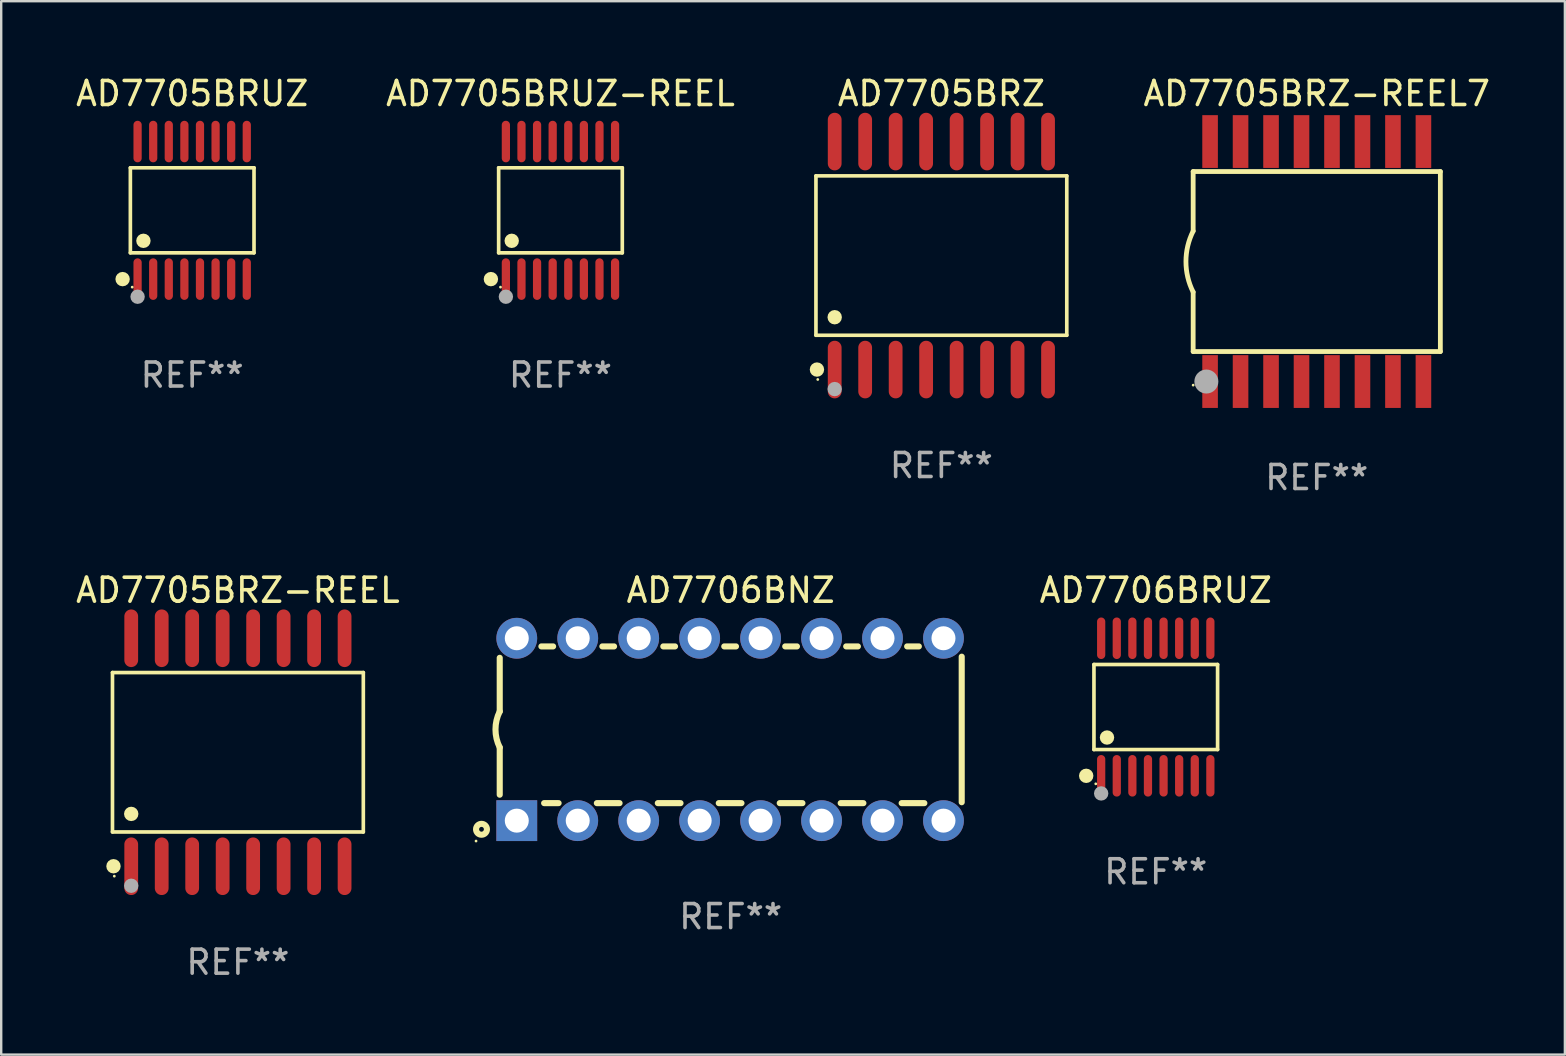
<source format=kicad_pcb>
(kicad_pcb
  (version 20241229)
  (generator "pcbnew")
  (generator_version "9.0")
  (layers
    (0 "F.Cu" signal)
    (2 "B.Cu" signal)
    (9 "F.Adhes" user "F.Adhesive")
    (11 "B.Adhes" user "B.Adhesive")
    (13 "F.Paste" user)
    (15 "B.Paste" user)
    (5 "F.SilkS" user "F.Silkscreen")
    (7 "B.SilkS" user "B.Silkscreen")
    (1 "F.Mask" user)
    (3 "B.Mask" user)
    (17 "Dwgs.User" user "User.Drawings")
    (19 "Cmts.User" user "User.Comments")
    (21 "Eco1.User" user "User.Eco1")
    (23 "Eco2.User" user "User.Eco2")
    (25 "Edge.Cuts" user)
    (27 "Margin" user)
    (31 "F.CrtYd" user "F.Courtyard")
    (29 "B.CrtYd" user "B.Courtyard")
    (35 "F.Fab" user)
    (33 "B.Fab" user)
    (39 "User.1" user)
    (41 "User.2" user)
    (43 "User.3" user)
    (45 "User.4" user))
  (footprint "AD7705BRZ-REEL"
    (layer "F.Cu")
    (at 6.863 28.295)
    (property "Reference" "AD7705BRZ-REEL" (at 0 -6.75 0) (layer "F.SilkS") (effects (font (size 1 1) (thickness 0.15))))
    (attr through_hole)
    (fp_line (start -5.226 -3.321) (end 5.226 -3.321) (stroke (width 0.152) (type solid)) (layer "F.SilkS"))
    (fp_line (start -5.226 3.321) (end -5.226 -3.321) (stroke (width 0.152) (type solid)) (layer "F.SilkS"))
    (fp_line (start 5.226 -3.321) (end 5.226 3.321) (stroke (width 0.152) (type solid)) (layer "F.SilkS"))
    (fp_line (start 5.226 3.321) (end -5.226 3.321) (stroke (width 0.152) (type solid)) (layer "F.SilkS"))
    (fp_circle (center -5.184 4.75) (end -5.034 4.75) (stroke (width 0.3) (type solid)) (fill no) (layer "F.SilkS"))
    (fp_circle (center -5.15 5.163) (end -5.12 5.163) (stroke (width 0.06) (type solid)) (fill no) (layer "F.SilkS"))
    (fp_circle (center -4.445 2.569) (end -4.295 2.569) (stroke (width 0.3) (type solid)) (fill no) (layer "F.SilkS"))
    (fp_circle (center -4.445 5.563) (end -4.295 5.563) (stroke (width 0.3) (type solid)) (fill no) (layer "F.Fab"))
    (fp_text user "REF**" (at 0 8.75 0) (layer "F.Fab") (effects (font (size 1 1) (thickness 0.15))))
    (pad "1" smd oval (at -4.445 4.75) (size 0.574 2.401) (layers "F.Cu" "F.Mask" "F.Paste"))
    (pad "2" smd oval (at -3.175 4.75) (size 0.574 2.401) (layers "F.Cu" "F.Mask" "F.Paste"))
    (pad "3" smd oval (at -1.905 4.75) (size 0.574 2.401) (layers "F.Cu" "F.Mask" "F.Paste"))
    (pad "4" smd oval (at -0.635 4.75) (size 0.574 2.401) (layers "F.Cu" "F.Mask" "F.Paste"))
    (pad "5" smd oval (at 0.635 4.75) (size 0.574 2.401) (layers "F.Cu" "F.Mask" "F.Paste"))
    (pad "6" smd oval (at 1.905 4.75) (size 0.574 2.401) (layers "F.Cu" "F.Mask" "F.Paste"))
    (pad "7" smd oval (at 3.175 4.75) (size 0.574 2.401) (layers "F.Cu" "F.Mask" "F.Paste"))
    (pad "8" smd oval (at 4.445 4.75) (size 0.574 2.401) (layers "F.Cu" "F.Mask" "F.Paste"))
    (pad "9" smd oval (at 4.445 -4.75) (size 0.574 2.401) (layers "F.Cu" "F.Mask" "F.Paste"))
    (pad "10" smd oval (at 3.175 -4.75) (size 0.574 2.401) (layers "F.Cu" "F.Mask" "F.Paste"))
    (pad "11" smd oval (at 1.905 -4.75) (size 0.574 2.401) (layers "F.Cu" "F.Mask" "F.Paste"))
    (pad "12" smd oval (at 0.635 -4.75) (size 0.574 2.401) (layers "F.Cu" "F.Mask" "F.Paste"))
    (pad "13" smd oval (at -0.635 -4.75) (size 0.574 2.401) (layers "F.Cu" "F.Mask" "F.Paste"))
    (pad "14" smd oval (at -1.905 -4.75) (size 0.574 2.401) (layers "F.Cu" "F.Mask" "F.Paste"))
    (pad "15" smd oval (at -3.175 -4.75) (size 0.574 2.401) (layers "F.Cu" "F.Mask" "F.Paste"))
    (pad "16" smd oval (at -4.445 -4.75) (size 0.574 2.401) (layers "F.Cu" "F.Mask" "F.Paste")))
  (footprint "AD7705BRZ"
    (layer "F.Cu")
    (at 36.175 7.599)
    (property "Reference" "AD7705BRZ" (at 0 -6.75 0) (layer "F.SilkS") (effects (font (size 1 1) (thickness 0.15))))
    (attr through_hole)
    (fp_line (start -5.226 -3.321) (end 5.226 -3.321) (stroke (width 0.152) (type solid)) (layer "F.SilkS"))
    (fp_line (start -5.226 3.321) (end -5.226 -3.321) (stroke (width 0.152) (type solid)) (layer "F.SilkS"))
    (fp_line (start 5.226 -3.321) (end 5.226 3.321) (stroke (width 0.152) (type solid)) (layer "F.SilkS"))
    (fp_line (start 5.226 3.321) (end -5.226 3.321) (stroke (width 0.152) (type solid)) (layer "F.SilkS"))
    (fp_circle (center -5.184 4.75) (end -5.034 4.75) (stroke (width 0.3) (type solid)) (fill no) (layer "F.SilkS"))
    (fp_circle (center -5.15 5.163) (end -5.12 5.163) (stroke (width 0.06) (type solid)) (fill no) (layer "F.SilkS"))
    (fp_circle (center -4.445 2.569) (end -4.295 2.569) (stroke (width 0.3) (type solid)) (fill no) (layer "F.SilkS"))
    (fp_circle (center -4.445 5.563) (end -4.295 5.563) (stroke (width 0.3) (type solid)) (fill no) (layer "F.Fab"))
    (fp_text user "REF**" (at 0 8.75 0) (layer "F.Fab") (effects (font (size 1 1) (thickness 0.15))))
    (pad "1" smd oval (at -4.445 4.75) (size 0.574 2.401) (layers "F.Cu" "F.Mask" "F.Paste"))
    (pad "2" smd oval (at -3.175 4.75) (size 0.574 2.401) (layers "F.Cu" "F.Mask" "F.Paste"))
    (pad "3" smd oval (at -1.905 4.75) (size 0.574 2.401) (layers "F.Cu" "F.Mask" "F.Paste"))
    (pad "4" smd oval (at -0.635 4.75) (size 0.574 2.401) (layers "F.Cu" "F.Mask" "F.Paste"))
    (pad "5" smd oval (at 0.635 4.75) (size 0.574 2.401) (layers "F.Cu" "F.Mask" "F.Paste"))
    (pad "6" smd oval (at 1.905 4.75) (size 0.574 2.401) (layers "F.Cu" "F.Mask" "F.Paste"))
    (pad "7" smd oval (at 3.175 4.75) (size 0.574 2.401) (layers "F.Cu" "F.Mask" "F.Paste"))
    (pad "8" smd oval (at 4.445 4.75) (size 0.574 2.401) (layers "F.Cu" "F.Mask" "F.Paste"))
    (pad "9" smd oval (at 4.445 -4.75) (size 0.574 2.401) (layers "F.Cu" "F.Mask" "F.Paste"))
    (pad "10" smd oval (at 3.175 -4.75) (size 0.574 2.401) (layers "F.Cu" "F.Mask" "F.Paste"))
    (pad "11" smd oval (at 1.905 -4.75) (size 0.574 2.401) (layers "F.Cu" "F.Mask" "F.Paste"))
    (pad "12" smd oval (at 0.635 -4.75) (size 0.574 2.401) (layers "F.Cu" "F.Mask" "F.Paste"))
    (pad "13" smd oval (at -0.635 -4.75) (size 0.574 2.401) (layers "F.Cu" "F.Mask" "F.Paste"))
    (pad "14" smd oval (at -1.905 -4.75) (size 0.574 2.401) (layers "F.Cu" "F.Mask" "F.Paste"))
    (pad "15" smd oval (at -3.175 -4.75) (size 0.574 2.401) (layers "F.Cu" "F.Mask" "F.Paste"))
    (pad "16" smd oval (at -4.445 -4.75) (size 0.574 2.401) (layers "F.Cu" "F.Mask" "F.Paste")))
  (footprint "AD7705BRUZ-REEL"
    (layer "F.Cu")
    (at 20.304 5.714)
    (property "Reference" "AD7705BRUZ-REEL" (at 0 -4.866 0) (layer "F.SilkS") (effects (font (size 1 1) (thickness 0.15))))
    (attr through_hole)
    (fp_line (start -2.576 -1.772) (end 2.576 -1.772) (stroke (width 0.152) (type solid)) (layer "F.SilkS"))
    (fp_line (start -2.576 1.771) (end -2.576 -1.772) (stroke (width 0.152) (type solid)) (layer "F.SilkS"))
    (fp_line (start 2.576 -1.772) (end 2.576 1.771) (stroke (width 0.152) (type solid)) (layer "F.SilkS"))
    (fp_line (start 2.576 1.771) (end -2.576 1.771) (stroke (width 0.152) (type solid)) (layer "F.SilkS"))
    (fp_circle (center -2.899 2.866) (end -2.749 2.866) (stroke (width 0.3) (type solid)) (fill no) (layer "F.SilkS"))
    (fp_circle (center -2.5 3.2) (end -2.47 3.2) (stroke (width 0.06) (type solid)) (fill no) (layer "F.SilkS"))
    (fp_circle (center -2.032 1.27) (end -1.882 1.27) (stroke (width 0.3) (type solid)) (fill no) (layer "F.SilkS"))
    (fp_circle (center -2.275 3.6) (end -2.125 3.6) (stroke (width 0.3) (type solid)) (fill no) (layer "F.Fab"))
    (fp_text user "REF**" (at 0 6.866 0) (layer "F.Fab") (effects (font (size 1 1) (thickness 0.15))))
    (pad "1" smd oval (at -2.275 2.866) (size 0.343 1.731) (layers "F.Cu" "F.Mask" "F.Paste"))
    (pad "2" smd oval (at -1.625 2.866) (size 0.343 1.731) (layers "F.Cu" "F.Mask" "F.Paste"))
    (pad "3" smd oval (at -0.975 2.866) (size 0.343 1.731) (layers "F.Cu" "F.Mask" "F.Paste"))
    (pad "4" smd oval (at -0.325 2.866) (size 0.343 1.731) (layers "F.Cu" "F.Mask" "F.Paste"))
    (pad "5" smd oval (at 0.325 2.866) (size 0.343 1.731) (layers "F.Cu" "F.Mask" "F.Paste"))
    (pad "6" smd oval (at 0.975 2.866) (size 0.343 1.731) (layers "F.Cu" "F.Mask" "F.Paste"))
    (pad "7" smd oval (at 1.625 2.866) (size 0.343 1.731) (layers "F.Cu" "F.Mask" "F.Paste"))
    (pad "8" smd oval (at 2.275 2.866) (size 0.343 1.731) (layers "F.Cu" "F.Mask" "F.Paste"))
    (pad "9" smd oval (at 2.275 -2.866) (size 0.343 1.731) (layers "F.Cu" "F.Mask" "F.Paste"))
    (pad "10" smd oval (at 1.625 -2.866) (size 0.343 1.731) (layers "F.Cu" "F.Mask" "F.Paste"))
    (pad "11" smd oval (at 0.975 -2.866) (size 0.343 1.731) (layers "F.Cu" "F.Mask" "F.Paste"))
    (pad "12" smd oval (at 0.325 -2.866) (size 0.343 1.731) (layers "F.Cu" "F.Mask" "F.Paste"))
    (pad "13" smd oval (at -0.325 -2.866) (size 0.343 1.731) (layers "F.Cu" "F.Mask" "F.Paste"))
    (pad "14" smd oval (at -0.975 -2.866) (size 0.343 1.731) (layers "F.Cu" "F.Mask" "F.Paste"))
    (pad "15" smd oval (at -1.625 -2.866) (size 0.343 1.731) (layers "F.Cu" "F.Mask" "F.Paste"))
    (pad "16" smd oval (at -2.275 -2.866) (size 0.343 1.731) (layers "F.Cu" "F.Mask" "F.Paste")))
  (footprint "AD7705BRZ-REEL7"
    (layer "F.Cu")
    (at 51.817 7.848)
    (property "Reference" "AD7705BRZ-REEL7" (at 0 -7 0) (layer "F.SilkS") (effects (font (size 1 1) (thickness 0.15))))
    (attr through_hole)
    (fp_line (start -5.15 -3.75) (end -5.15 -1.27) (stroke (width 0.2) (type solid)) (layer "F.SilkS"))
    (fp_line (start -5.15 -3.75) (end 5.15 -3.75) (stroke (width 0.2) (type solid)) (layer "F.SilkS"))
    (fp_line (start -5.15 3.75) (end -5.15 1.27) (stroke (width 0.2) (type solid)) (layer "F.SilkS"))
    (fp_line (start 5.15 -3.75) (end 5.15 3.75) (stroke (width 0.2) (type solid)) (layer "F.SilkS"))
    (fp_line (start 5.15 3.75) (end -5.15 3.75) (stroke (width 0.2) (type solid)) (layer "F.SilkS"))
    (fp_arc (start -5.151131 1.270003) (mid -5.450556 -0.000132) (end -5.150013 -1.270003) (stroke (width 0.2) (type solid)) (layer "F.SilkS"))
    (fp_circle (center -5.15 5.15) (end -5.12 5.15) (stroke (width 0.06) (type solid)) (fill no) (layer "F.SilkS"))
    (fp_circle (center -4.6 5) (end -4.35 5) (stroke (width 0.5) (type solid)) (fill no) (layer "F.Fab"))
    (fp_text user "REF**" (at 0 9 0) (layer "F.Fab") (effects (font (size 1 1) (thickness 0.15))))
    (pad "1" smd rect (at -4.445 5) (size 0.65 2.2) (layers "F.Cu" "F.Mask" "F.Paste"))
    (pad "2" smd rect (at -3.175 5) (size 0.65 2.2) (layers "F.Cu" "F.Mask" "F.Paste"))
    (pad "3" smd rect (at -1.905 5) (size 0.65 2.2) (layers "F.Cu" "F.Mask" "F.Paste"))
    (pad "4" smd rect (at -0.635 5) (size 0.65 2.2) (layers "F.Cu" "F.Mask" "F.Paste"))
    (pad "5" smd rect (at 0.635 5) (size 0.65 2.2) (layers "F.Cu" "F.Mask" "F.Paste"))
    (pad "6" smd rect (at 1.905 5) (size 0.65 2.2) (layers "F.Cu" "F.Mask" "F.Paste"))
    (pad "7" smd rect (at 3.175 5) (size 0.65 2.2) (layers "F.Cu" "F.Mask" "F.Paste"))
    (pad "8" smd rect (at 4.445 5) (size 0.65 2.2) (layers "F.Cu" "F.Mask" "F.Paste"))
    (pad "9" smd rect (at 4.445 -5) (size 0.65 2.2) (layers "F.Cu" "F.Mask" "F.Paste"))
    (pad "10" smd rect (at 3.175 -5) (size 0.65 2.2) (layers "F.Cu" "F.Mask" "F.Paste"))
    (pad "11" smd rect (at 1.905 -5) (size 0.65 2.2) (layers "F.Cu" "F.Mask" "F.Paste"))
    (pad "12" smd rect (at 0.635 -5) (size 0.65 2.2) (layers "F.Cu" "F.Mask" "F.Paste"))
    (pad "13" smd rect (at -0.635 -5) (size 0.65 2.2) (layers "F.Cu" "F.Mask" "F.Paste"))
    (pad "14" smd rect (at -1.905 -5) (size 0.65 2.2) (layers "F.Cu" "F.Mask" "F.Paste"))
    (pad "15" smd rect (at -3.175 -5) (size 0.65 2.2) (layers "F.Cu" "F.Mask" "F.Paste"))
    (pad "16" smd rect (at -4.445 -5) (size 0.65 2.2) (layers "F.Cu" "F.Mask" "F.Paste")))
  (footprint "AD7706BNZ"
    (layer "F.Cu")
    (at 27.398 27.345)
    (property "Reference" "AD7706BNZ" (at 0 -5.8 0) (layer "F.SilkS") (effects (font (size 1 1) (thickness 0.15))))
    (attr through_hole)
    (fp_line (start -9.625 -0.75) (end -9.625 -2.985) (stroke (width 0.254) (type solid)) (layer "F.SilkS"))
    (fp_line (start -9.625 0.749) (end -9.625 2.719) (stroke (width 0.254) (type solid)) (layer "F.SilkS"))
    (fp_line (start -7.889 -3.46) (end -7.401 -3.46) (stroke (width 0.254) (type solid)) (layer "F.SilkS"))
    (fp_line (start -7.775 3.07) (end -7.172 3.07) (stroke (width 0.254) (type solid)) (layer "F.SilkS"))
    (fp_line (start -5.578 3.07) (end -4.632 3.07) (stroke (width 0.254) (type solid)) (layer "F.SilkS"))
    (fp_line (start -5.349 -3.46) (end -4.861 -3.46) (stroke (width 0.254) (type solid)) (layer "F.SilkS"))
    (fp_line (start -3.038 3.07) (end -2.092 3.07) (stroke (width 0.254) (type solid)) (layer "F.SilkS"))
    (fp_line (start -2.809 -3.46) (end -2.321 -3.46) (stroke (width 0.254) (type solid)) (layer "F.SilkS"))
    (fp_line (start -0.498 3.07) (end 0.448 3.07) (stroke (width 0.254) (type solid)) (layer "F.SilkS"))
    (fp_line (start -0.269 -3.46) (end 0.219 -3.46) (stroke (width 0.254) (type solid)) (layer "F.SilkS"))
    (fp_line (start 2.042 3.07) (end 2.988 3.07) (stroke (width 0.254) (type solid)) (layer "F.SilkS"))
    (fp_line (start 2.271 -3.46) (end 2.759 -3.46) (stroke (width 0.254) (type solid)) (layer "F.SilkS"))
    (fp_line (start 4.582 3.07) (end 5.528 3.07) (stroke (width 0.254) (type solid)) (layer "F.SilkS"))
    (fp_line (start 4.811 -3.46) (end 5.299 -3.46) (stroke (width 0.254) (type solid)) (layer "F.SilkS"))
    (fp_line (start 7.122 3.07) (end 8.068 3.07) (stroke (width 0.254) (type solid)) (layer "F.SilkS"))
    (fp_line (start 7.351 -3.46) (end 7.839 -3.46) (stroke (width 0.254) (type solid)) (layer "F.SilkS"))
    (fp_line (start 9.625 3.032) (end 9.625 -3.032) (stroke (width 0.254) (type solid)) (layer "F.SilkS"))
    (fp_arc (start -9.62498 0.748819) (mid -9.801899 -0.000581) (end -9.625006 -0.749987) (stroke (width 0.254001) (type solid)) (layer "F.SilkS"))
    (fp_circle (center -10.612 4.65) (end -10.582 4.65) (stroke (width 0.06) (type solid)) (fill no) (layer "F.SilkS"))
    (fp_circle (center -10.385 4.16) (end -10.285 4.16) (stroke (width 0.254) (type solid)) (fill no) (layer "F.SilkS"))
    (fp_text user "REF**" (at 0 7.8 0) (layer "F.Fab") (effects (font (size 1 1) (thickness 0.15))))
    (pad "1" thru_hole rect (at -8.915 3.8 90) (size 1.7 1.7) (drill 1) (layers "*.Cu" "*.Mask"))
    (pad "2" thru_hole circle (at -6.375 3.8) (size 1.7 1.7) (drill 1) (layers "*.Cu" "*.Mask"))
    (pad "3" thru_hole circle (at -3.835 3.8) (size 1.7 1.7) (drill 1) (layers "*.Cu" "*.Mask"))
    (pad "4" thru_hole circle (at -1.295 3.8) (size 1.7 1.7) (drill 1) (layers "*.Cu" "*.Mask"))
    (pad "5" thru_hole circle (at 1.245 3.8) (size 1.7 1.7) (drill 1) (layers "*.Cu" "*.Mask"))
    (pad "6" thru_hole circle (at 3.785 3.8) (size 1.7 1.7) (drill 1) (layers "*.Cu" "*.Mask"))
    (pad "7" thru_hole circle (at 6.325 3.8) (size 1.7 1.7) (drill 1) (layers "*.Cu" "*.Mask"))
    (pad "8" thru_hole circle (at 8.865 3.8) (size 1.7 1.7) (drill 1) (layers "*.Cu" "*.Mask"))
    (pad "9" thru_hole circle (at 8.865 -3.8) (size 1.7 1.7) (drill 1) (layers "*.Cu" "*.Mask"))
    (pad "10" thru_hole circle (at 6.325 -3.8) (size 1.7 1.7) (drill 1) (layers "*.Cu" "*.Mask"))
    (pad "11" thru_hole circle (at 3.785 -3.8) (size 1.7 1.7) (drill 1) (layers "*.Cu" "*.Mask"))
    (pad "12" thru_hole circle (at 1.245 -3.8) (size 1.7 1.7) (drill 1) (layers "*.Cu" "*.Mask"))
    (pad "13" thru_hole circle (at -1.295 -3.8) (size 1.7 1.7) (drill 1) (layers "*.Cu" "*.Mask"))
    (pad "14" thru_hole circle (at -3.835 -3.8) (size 1.7 1.7) (drill 1) (layers "*.Cu" "*.Mask"))
    (pad "15" thru_hole circle (at -6.375 -3.8) (size 1.7 1.7) (drill 1) (layers "*.Cu" "*.Mask"))
    (pad "16" thru_hole circle (at -8.915 -3.8) (size 1.7 1.7) (drill 1) (layers "*.Cu" "*.Mask")))
  (footprint "AD7705BRUZ"
    (layer "F.Cu")
    (at 4.958 5.714)
    (property "Reference" "AD7705BRUZ" (at 0 -4.866 0) (layer "F.SilkS") (effects (font (size 1 1) (thickness 0.15))))
    (attr through_hole)
    (fp_line (start -2.576 -1.772) (end 2.576 -1.772) (stroke (width 0.152) (type solid)) (layer "F.SilkS"))
    (fp_line (start -2.576 1.771) (end -2.576 -1.772) (stroke (width 0.152) (type solid)) (layer "F.SilkS"))
    (fp_line (start 2.576 -1.772) (end 2.576 1.771) (stroke (width 0.152) (type solid)) (layer "F.SilkS"))
    (fp_line (start 2.576 1.771) (end -2.576 1.771) (stroke (width 0.152) (type solid)) (layer "F.SilkS"))
    (fp_circle (center -2.899 2.866) (end -2.749 2.866) (stroke (width 0.3) (type solid)) (fill no) (layer "F.SilkS"))
    (fp_circle (center -2.5 3.2) (end -2.47 3.2) (stroke (width 0.06) (type solid)) (fill no) (layer "F.SilkS"))
    (fp_circle (center -2.032 1.27) (end -1.882 1.27) (stroke (width 0.3) (type solid)) (fill no) (layer "F.SilkS"))
    (fp_circle (center -2.275 3.6) (end -2.125 3.6) (stroke (width 0.3) (type solid)) (fill no) (layer "F.Fab"))
    (fp_text user "REF**" (at 0 6.866 0) (layer "F.Fab") (effects (font (size 1 1) (thickness 0.15))))
    (pad "1" smd oval (at -2.275 2.866) (size 0.343 1.731) (layers "F.Cu" "F.Mask" "F.Paste"))
    (pad "2" smd oval (at -1.625 2.866) (size 0.343 1.731) (layers "F.Cu" "F.Mask" "F.Paste"))
    (pad "3" smd oval (at -0.975 2.866) (size 0.343 1.731) (layers "F.Cu" "F.Mask" "F.Paste"))
    (pad "4" smd oval (at -0.325 2.866) (size 0.343 1.731) (layers "F.Cu" "F.Mask" "F.Paste"))
    (pad "5" smd oval (at 0.325 2.866) (size 0.343 1.731) (layers "F.Cu" "F.Mask" "F.Paste"))
    (pad "6" smd oval (at 0.975 2.866) (size 0.343 1.731) (layers "F.Cu" "F.Mask" "F.Paste"))
    (pad "7" smd oval (at 1.625 2.866) (size 0.343 1.731) (layers "F.Cu" "F.Mask" "F.Paste"))
    (pad "8" smd oval (at 2.275 2.866) (size 0.343 1.731) (layers "F.Cu" "F.Mask" "F.Paste"))
    (pad "9" smd oval (at 2.275 -2.866) (size 0.343 1.731) (layers "F.Cu" "F.Mask" "F.Paste"))
    (pad "10" smd oval (at 1.625 -2.866) (size 0.343 1.731) (layers "F.Cu" "F.Mask" "F.Paste"))
    (pad "11" smd oval (at 0.975 -2.866) (size 0.343 1.731) (layers "F.Cu" "F.Mask" "F.Paste"))
    (pad "12" smd oval (at 0.325 -2.866) (size 0.343 1.731) (layers "F.Cu" "F.Mask" "F.Paste"))
    (pad "13" smd oval (at -0.325 -2.866) (size 0.343 1.731) (layers "F.Cu" "F.Mask" "F.Paste"))
    (pad "14" smd oval (at -0.975 -2.866) (size 0.343 1.731) (layers "F.Cu" "F.Mask" "F.Paste"))
    (pad "15" smd oval (at -1.625 -2.866) (size 0.343 1.731) (layers "F.Cu" "F.Mask" "F.Paste"))
    (pad "16" smd oval (at -2.275 -2.866) (size 0.343 1.731) (layers "F.Cu" "F.Mask" "F.Paste")))
  (footprint "AD7706BRUZ"
    (layer "F.Cu")
    (at 45.109 26.411)
    (property "Reference" "AD7706BRUZ" (at 0 -4.866 0) (layer "F.SilkS") (effects (font (size 1 1) (thickness 0.15))))
    (attr through_hole)
    (fp_line (start -2.576 -1.772) (end 2.576 -1.772) (stroke (width 0.152) (type solid)) (layer "F.SilkS"))
    (fp_line (start -2.576 1.771) (end -2.576 -1.772) (stroke (width 0.152) (type solid)) (layer "F.SilkS"))
    (fp_line (start 2.576 -1.772) (end 2.576 1.771) (stroke (width 0.152) (type solid)) (layer "F.SilkS"))
    (fp_line (start 2.576 1.771) (end -2.576 1.771) (stroke (width 0.152) (type solid)) (layer "F.SilkS"))
    (fp_circle (center -2.899 2.866) (end -2.749 2.866) (stroke (width 0.3) (type solid)) (fill no) (layer "F.SilkS"))
    (fp_circle (center -2.5 3.2) (end -2.47 3.2) (stroke (width 0.06) (type solid)) (fill no) (layer "F.SilkS"))
    (fp_circle (center -2.032 1.27) (end -1.882 1.27) (stroke (width 0.3) (type solid)) (fill no) (layer "F.SilkS"))
    (fp_circle (center -2.275 3.6) (end -2.125 3.6) (stroke (width 0.3) (type solid)) (fill no) (layer "F.Fab"))
    (fp_text user "REF**" (at 0 6.866 0) (layer "F.Fab") (effects (font (size 1 1) (thickness 0.15))))
    (pad "1" smd oval (at -2.275 2.866) (size 0.343 1.731) (layers "F.Cu" "F.Mask" "F.Paste"))
    (pad "2" smd oval (at -1.625 2.866) (size 0.343 1.731) (layers "F.Cu" "F.Mask" "F.Paste"))
    (pad "3" smd oval (at -0.975 2.866) (size 0.343 1.731) (layers "F.Cu" "F.Mask" "F.Paste"))
    (pad "4" smd oval (at -0.325 2.866) (size 0.343 1.731) (layers "F.Cu" "F.Mask" "F.Paste"))
    (pad "5" smd oval (at 0.325 2.866) (size 0.343 1.731) (layers "F.Cu" "F.Mask" "F.Paste"))
    (pad "6" smd oval (at 0.975 2.866) (size 0.343 1.731) (layers "F.Cu" "F.Mask" "F.Paste"))
    (pad "7" smd oval (at 1.625 2.866) (size 0.343 1.731) (layers "F.Cu" "F.Mask" "F.Paste"))
    (pad "8" smd oval (at 2.275 2.866) (size 0.343 1.731) (layers "F.Cu" "F.Mask" "F.Paste"))
    (pad "9" smd oval (at 2.275 -2.866) (size 0.343 1.731) (layers "F.Cu" "F.Mask" "F.Paste"))
    (pad "10" smd oval (at 1.625 -2.866) (size 0.343 1.731) (layers "F.Cu" "F.Mask" "F.Paste"))
    (pad "11" smd oval (at 0.975 -2.866) (size 0.343 1.731) (layers "F.Cu" "F.Mask" "F.Paste"))
    (pad "12" smd oval (at 0.325 -2.866) (size 0.343 1.731) (layers "F.Cu" "F.Mask" "F.Paste"))
    (pad "13" smd oval (at -0.325 -2.866) (size 0.343 1.731) (layers "F.Cu" "F.Mask" "F.Paste"))
    (pad "14" smd oval (at -0.975 -2.866) (size 0.343 1.731) (layers "F.Cu" "F.Mask" "F.Paste"))
    (pad "15" smd oval (at -1.625 -2.866) (size 0.343 1.731) (layers "F.Cu" "F.Mask" "F.Paste"))
    (pad "16" smd oval (at -2.275 -2.866) (size 0.343 1.731) (layers "F.Cu" "F.Mask" "F.Paste")))
  (gr_rect
    (start -3 -3)
    (end 62.156 40.894)
    (stroke (width 0.1) (type default))
    (fill no)
    (layer "Edge.Cuts")))
</source>
